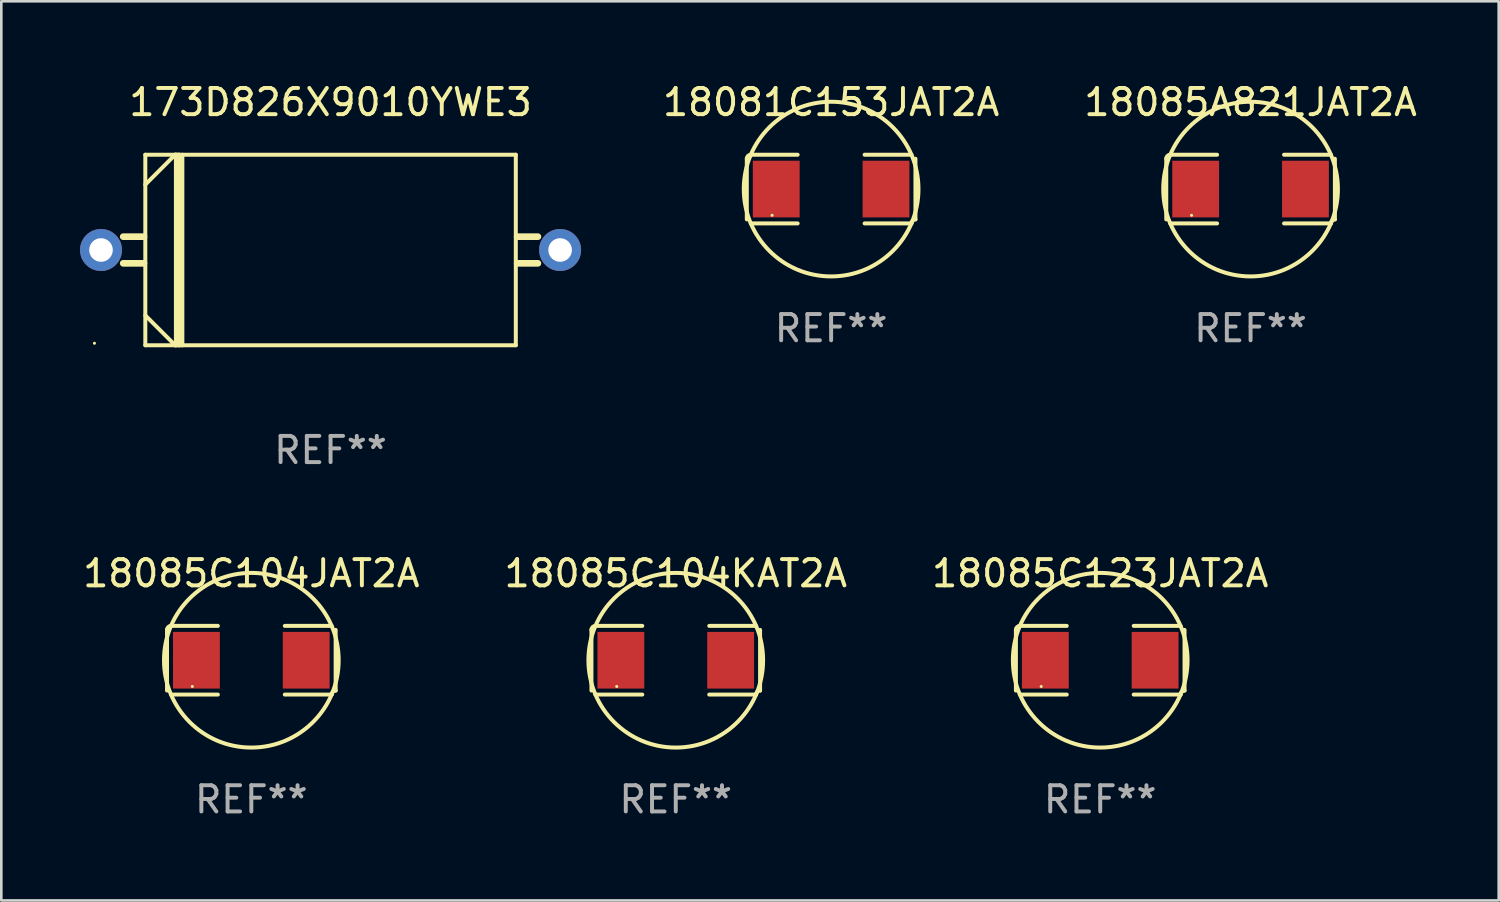
<source format=kicad_pcb>
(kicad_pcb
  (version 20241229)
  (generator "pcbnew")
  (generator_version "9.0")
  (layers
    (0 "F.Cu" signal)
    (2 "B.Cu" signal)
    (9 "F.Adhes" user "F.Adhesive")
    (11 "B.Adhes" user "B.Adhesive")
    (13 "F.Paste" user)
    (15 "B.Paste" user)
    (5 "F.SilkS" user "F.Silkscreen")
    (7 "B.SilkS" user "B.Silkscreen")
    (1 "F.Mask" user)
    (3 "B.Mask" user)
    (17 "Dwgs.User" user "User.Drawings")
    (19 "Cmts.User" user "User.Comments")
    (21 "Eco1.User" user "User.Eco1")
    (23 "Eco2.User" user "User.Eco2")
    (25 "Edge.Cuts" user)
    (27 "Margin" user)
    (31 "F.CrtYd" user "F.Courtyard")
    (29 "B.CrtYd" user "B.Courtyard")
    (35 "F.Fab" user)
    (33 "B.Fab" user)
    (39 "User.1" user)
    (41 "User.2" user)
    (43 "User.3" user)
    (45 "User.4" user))
  (footprint "18085C104KAT2A"
    (layer "F.Cu")
    (at 22.708 22.116)
    (property "Reference" "18085C104KAT2A" (at 0 -3.309 0) (layer "F.SilkS") (effects (font (size 1 1) (thickness 0.15))))
    (attr through_hole)
    (fp_line (start -3.214 -1.156) (end -3.214 1.156) (stroke (width 0.152) (type solid)) (layer "F.SilkS"))
    (fp_line (start -3.061 1.309) (end -1.276 1.309) (stroke (width 0.152) (type solid)) (layer "F.SilkS"))
    (fp_line (start -1.276 -1.309) (end -3.061 -1.309) (stroke (width 0.152) (type solid)) (layer "F.SilkS"))
    (fp_line (start 1.276 -1.309) (end 3.061 -1.309) (stroke (width 0.152) (type solid)) (layer "F.SilkS"))
    (fp_line (start 3.061 1.309) (end 1.276 1.309) (stroke (width 0.152) (type solid)) (layer "F.SilkS"))
    (fp_line (start 3.214 -1.156) (end 3.214 1.156) (stroke (width 0.152) (type solid)) (layer "F.SilkS"))
    (fp_arc (start -3.21359 -1.15621) (mid -3.168953 -1.263974) (end -3.061189 -1.308611) (stroke (width 0.1524) (type solid)) (layer "F.SilkS"))
    (fp_arc (start 3.061188 1.308611) (mid 3.105825 1.200847) (end 3.213589 1.15621) (stroke (width 0.1524) (type solid)) (layer "F.SilkS"))
    (fp_arc (start 3.061189 -1.308611) (mid -3.061167 1.308589) (end 3.061189 -1.308611) (stroke (width 0.1524) (type solid)) (layer "F.SilkS"))
    (fp_circle (center -2.25 1) (end -2.22 1) (stroke (width 0.06) (type solid)) (fill no) (layer "F.SilkS"))
    (fp_text user "REF**" (at 0 5.309 0) (layer "F.Fab") (effects (font (size 1 1) (thickness 0.15))))
    (pad "1" smd rect (at -2.092 0) (size 1.785 2.16) (layers "F.Cu" "F.Mask" "F.Paste"))
    (pad "2" smd rect (at 2.092 0) (size 1.785 2.16) (layers "F.Cu" "F.Mask" "F.Paste")))
  (footprint "18085A821JAT2A"
    (layer "F.Cu")
    (at 44.618 4.157)
    (property "Reference" "18085A821JAT2A" (at 0 -3.309 0) (layer "F.SilkS") (effects (font (size 1 1) (thickness 0.15))))
    (attr through_hole)
    (fp_line (start -3.214 -1.156) (end -3.214 1.156) (stroke (width 0.152) (type solid)) (layer "F.SilkS"))
    (fp_line (start -3.061 1.309) (end -1.276 1.309) (stroke (width 0.152) (type solid)) (layer "F.SilkS"))
    (fp_line (start -1.276 -1.309) (end -3.061 -1.309) (stroke (width 0.152) (type solid)) (layer "F.SilkS"))
    (fp_line (start 1.276 -1.309) (end 3.061 -1.309) (stroke (width 0.152) (type solid)) (layer "F.SilkS"))
    (fp_line (start 3.061 1.309) (end 1.276 1.309) (stroke (width 0.152) (type solid)) (layer "F.SilkS"))
    (fp_line (start 3.214 -1.156) (end 3.214 1.156) (stroke (width 0.152) (type solid)) (layer "F.SilkS"))
    (fp_arc (start -3.21359 -1.15621) (mid -3.168953 -1.263974) (end -3.061189 -1.308611) (stroke (width 0.1524) (type solid)) (layer "F.SilkS"))
    (fp_arc (start 3.061188 1.308611) (mid 3.105825 1.200847) (end 3.213589 1.15621) (stroke (width 0.1524) (type solid)) (layer "F.SilkS"))
    (fp_arc (start 3.061189 -1.308611) (mid -3.061167 1.308589) (end 3.061189 -1.308611) (stroke (width 0.1524) (type solid)) (layer "F.SilkS"))
    (fp_circle (center -2.25 1) (end -2.22 1) (stroke (width 0.06) (type solid)) (fill no) (layer "F.SilkS"))
    (fp_text user "REF**" (at 0 5.309 0) (layer "F.Fab") (effects (font (size 1 1) (thickness 0.15))))
    (pad "1" smd rect (at -2.092 0) (size 1.785 2.16) (layers "F.Cu" "F.Mask" "F.Paste"))
    (pad "2" smd rect (at 2.092 0) (size 1.785 2.16) (layers "F.Cu" "F.Mask" "F.Paste")))
  (footprint "18085C123JAT2A"
    (layer "F.Cu")
    (at 38.887 22.116)
    (property "Reference" "18085C123JAT2A" (at 0 -3.309 0) (layer "F.SilkS") (effects (font (size 1 1) (thickness 0.15))))
    (attr through_hole)
    (fp_line (start -3.214 -1.156) (end -3.214 1.156) (stroke (width 0.152) (type solid)) (layer "F.SilkS"))
    (fp_line (start -3.061 1.309) (end -1.276 1.309) (stroke (width 0.152) (type solid)) (layer "F.SilkS"))
    (fp_line (start -1.276 -1.309) (end -3.061 -1.309) (stroke (width 0.152) (type solid)) (layer "F.SilkS"))
    (fp_line (start 1.276 -1.309) (end 3.061 -1.309) (stroke (width 0.152) (type solid)) (layer "F.SilkS"))
    (fp_line (start 3.061 1.309) (end 1.276 1.309) (stroke (width 0.152) (type solid)) (layer "F.SilkS"))
    (fp_line (start 3.214 -1.156) (end 3.214 1.156) (stroke (width 0.152) (type solid)) (layer "F.SilkS"))
    (fp_arc (start -3.21359 -1.15621) (mid -3.168953 -1.263974) (end -3.061189 -1.308611) (stroke (width 0.1524) (type solid)) (layer "F.SilkS"))
    (fp_arc (start 3.061188 1.308611) (mid 3.105825 1.200847) (end 3.213589 1.15621) (stroke (width 0.1524) (type solid)) (layer "F.SilkS"))
    (fp_arc (start 3.061189 -1.308611) (mid -3.061167 1.308589) (end 3.061189 -1.308611) (stroke (width 0.1524) (type solid)) (layer "F.SilkS"))
    (fp_circle (center -2.25 1) (end -2.22 1) (stroke (width 0.06) (type solid)) (fill no) (layer "F.SilkS"))
    (fp_text user "REF**" (at 0 5.309 0) (layer "F.Fab") (effects (font (size 1 1) (thickness 0.15))))
    (pad "1" smd rect (at -2.092 0) (size 1.785 2.16) (layers "F.Cu" "F.Mask" "F.Paste"))
    (pad "2" smd rect (at 2.092 0) (size 1.785 2.16) (layers "F.Cu" "F.Mask" "F.Paste")))
  (footprint "18085C104JAT2A"
    (layer "F.Cu")
    (at 6.53 22.116)
    (property "Reference" "18085C104JAT2A" (at 0 -3.309 0) (layer "F.SilkS") (effects (font (size 1 1) (thickness 0.15))))
    (attr through_hole)
    (fp_line (start -3.214 -1.156) (end -3.214 1.156) (stroke (width 0.152) (type solid)) (layer "F.SilkS"))
    (fp_line (start -3.061 1.309) (end -1.276 1.309) (stroke (width 0.152) (type solid)) (layer "F.SilkS"))
    (fp_line (start -1.276 -1.309) (end -3.061 -1.309) (stroke (width 0.152) (type solid)) (layer "F.SilkS"))
    (fp_line (start 1.276 -1.309) (end 3.061 -1.309) (stroke (width 0.152) (type solid)) (layer "F.SilkS"))
    (fp_line (start 3.061 1.309) (end 1.276 1.309) (stroke (width 0.152) (type solid)) (layer "F.SilkS"))
    (fp_line (start 3.214 -1.156) (end 3.214 1.156) (stroke (width 0.152) (type solid)) (layer "F.SilkS"))
    (fp_arc (start -3.21359 -1.15621) (mid -3.168953 -1.263974) (end -3.061189 -1.308611) (stroke (width 0.1524) (type solid)) (layer "F.SilkS"))
    (fp_arc (start 3.061188 1.308611) (mid 3.105825 1.200847) (end 3.213589 1.15621) (stroke (width 0.1524) (type solid)) (layer "F.SilkS"))
    (fp_arc (start 3.061189 -1.308611) (mid -3.061167 1.308589) (end 3.061189 -1.308611) (stroke (width 0.1524) (type solid)) (layer "F.SilkS"))
    (fp_circle (center -2.25 1) (end -2.22 1) (stroke (width 0.06) (type solid)) (fill no) (layer "F.SilkS"))
    (fp_text user "REF**" (at 0 5.309 0) (layer "F.Fab") (effects (font (size 1 1) (thickness 0.15))))
    (pad "1" smd rect (at -2.092 0) (size 1.785 2.16) (layers "F.Cu" "F.Mask" "F.Paste"))
    (pad "2" smd rect (at 2.092 0) (size 1.785 2.16) (layers "F.Cu" "F.Mask" "F.Paste")))
  (footprint "18081C153JAT2A"
    (layer "F.Cu")
    (at 28.63 4.157)
    (property "Reference" "18081C153JAT2A" (at 0 -3.309 0) (layer "F.SilkS") (effects (font (size 1 1) (thickness 0.15))))
    (attr through_hole)
    (fp_line (start -3.214 -1.156) (end -3.214 1.156) (stroke (width 0.152) (type solid)) (layer "F.SilkS"))
    (fp_line (start -3.061 1.309) (end -1.276 1.309) (stroke (width 0.152) (type solid)) (layer "F.SilkS"))
    (fp_line (start -1.276 -1.309) (end -3.061 -1.309) (stroke (width 0.152) (type solid)) (layer "F.SilkS"))
    (fp_line (start 1.276 -1.309) (end 3.061 -1.309) (stroke (width 0.152) (type solid)) (layer "F.SilkS"))
    (fp_line (start 3.061 1.309) (end 1.276 1.309) (stroke (width 0.152) (type solid)) (layer "F.SilkS"))
    (fp_line (start 3.214 -1.156) (end 3.214 1.156) (stroke (width 0.152) (type solid)) (layer "F.SilkS"))
    (fp_arc (start -3.21359 -1.15621) (mid -3.168953 -1.263974) (end -3.061189 -1.308611) (stroke (width 0.1524) (type solid)) (layer "F.SilkS"))
    (fp_arc (start 3.061188 1.308611) (mid 3.105825 1.200847) (end 3.213589 1.15621) (stroke (width 0.1524) (type solid)) (layer "F.SilkS"))
    (fp_arc (start 3.061189 -1.308611) (mid -3.061167 1.308589) (end 3.061189 -1.308611) (stroke (width 0.1524) (type solid)) (layer "F.SilkS"))
    (fp_circle (center -2.25 1) (end -2.22 1) (stroke (width 0.06) (type solid)) (fill no) (layer "F.SilkS"))
    (fp_text user "REF**" (at 0 5.309 0) (layer "F.Fab") (effects (font (size 1 1) (thickness 0.15))))
    (pad "1" smd rect (at -2.092 0) (size 1.785 2.16) (layers "F.Cu" "F.Mask" "F.Paste"))
    (pad "2" smd rect (at 2.092 0) (size 1.785 2.16) (layers "F.Cu" "F.Mask" "F.Paste")))
  (footprint "173D826X9010YWE3"
    (layer "F.Cu")
    (at 9.55 6.479)
    (property "Reference" "173D826X9010YWE3" (at 0 -5.631 0) (layer "F.SilkS") (effects (font (size 1 1) (thickness 0.15))))
    (attr through_hole)
    (fp_line (start -7.112 -0.508) (end -7.904 -0.508) (stroke (width 0.254) (type solid)) (layer "F.SilkS"))
    (fp_line (start -7.112 0.508) (end -7.904 0.508) (stroke (width 0.254) (type solid)) (layer "F.SilkS"))
    (fp_line (start -7.061 -3.631) (end 7.061 -3.631) (stroke (width 0.152) (type solid)) (layer "F.SilkS"))
    (fp_line (start -7.061 3.631) (end -7.061 -3.631) (stroke (width 0.152) (type solid)) (layer "F.SilkS"))
    (fp_line (start -5.923 -3.631) (end -7.061 -2.493) (stroke (width 0.152) (type solid)) (layer "F.SilkS"))
    (fp_line (start -5.923 3.631) (end -7.061 2.493) (stroke (width 0.152) (type solid)) (layer "F.SilkS"))
    (fp_line (start -5.895 -3.631) (end -5.895 3.631) (stroke (width 0.152) (type solid)) (layer "F.SilkS"))
    (fp_line (start -5.776 -3.631) (end -5.923 -3.631) (stroke (width 0.152) (type solid)) (layer "F.SilkS"))
    (fp_line (start -5.776 -3.631) (end -5.776 3.631) (stroke (width 0.152) (type solid)) (layer "F.SilkS"))
    (fp_line (start -5.649 -3.631) (end -5.649 3.631) (stroke (width 0.152) (type solid)) (layer "F.SilkS"))
    (fp_line (start -5.649 3.627) (end -5.923 3.631) (stroke (width 0.152) (type solid)) (layer "F.SilkS"))
    (fp_line (start 7.061 -3.631) (end 7.061 3.631) (stroke (width 0.152) (type solid)) (layer "F.SilkS"))
    (fp_line (start 7.061 3.631) (end -7.061 3.631) (stroke (width 0.152) (type solid)) (layer "F.SilkS"))
    (fp_line (start 7.112 -0.508) (end 7.904 -0.508) (stroke (width 0.254) (type solid)) (layer "F.SilkS"))
    (fp_line (start 7.112 0.508) (end 7.904 0.508) (stroke (width 0.254) (type solid)) (layer "F.SilkS"))
    (fp_circle (center -9 3.555) (end -8.97 3.555) (stroke (width 0.06) (type solid)) (fill no) (layer "F.SilkS"))
    (fp_text user "REF**" (at 0 7.631 0) (layer "F.Fab") (effects (font (size 1 1) (thickness 0.15))))
    (pad "1" thru_hole circle (at -8.75 0) (size 1.6 1.6) (drill 0.9) (layers "*.Cu" "*.Mask"))
    (pad "2" thru_hole circle (at 8.75 0) (size 1.6 1.6) (drill 0.9) (layers "*.Cu" "*.Mask")))
  (gr_rect
    (start -3 -3)
    (end 54.076 31.273)
    (stroke (width 0.1) (type default))
    (fill no)
    (layer "Edge.Cuts")))
</source>
